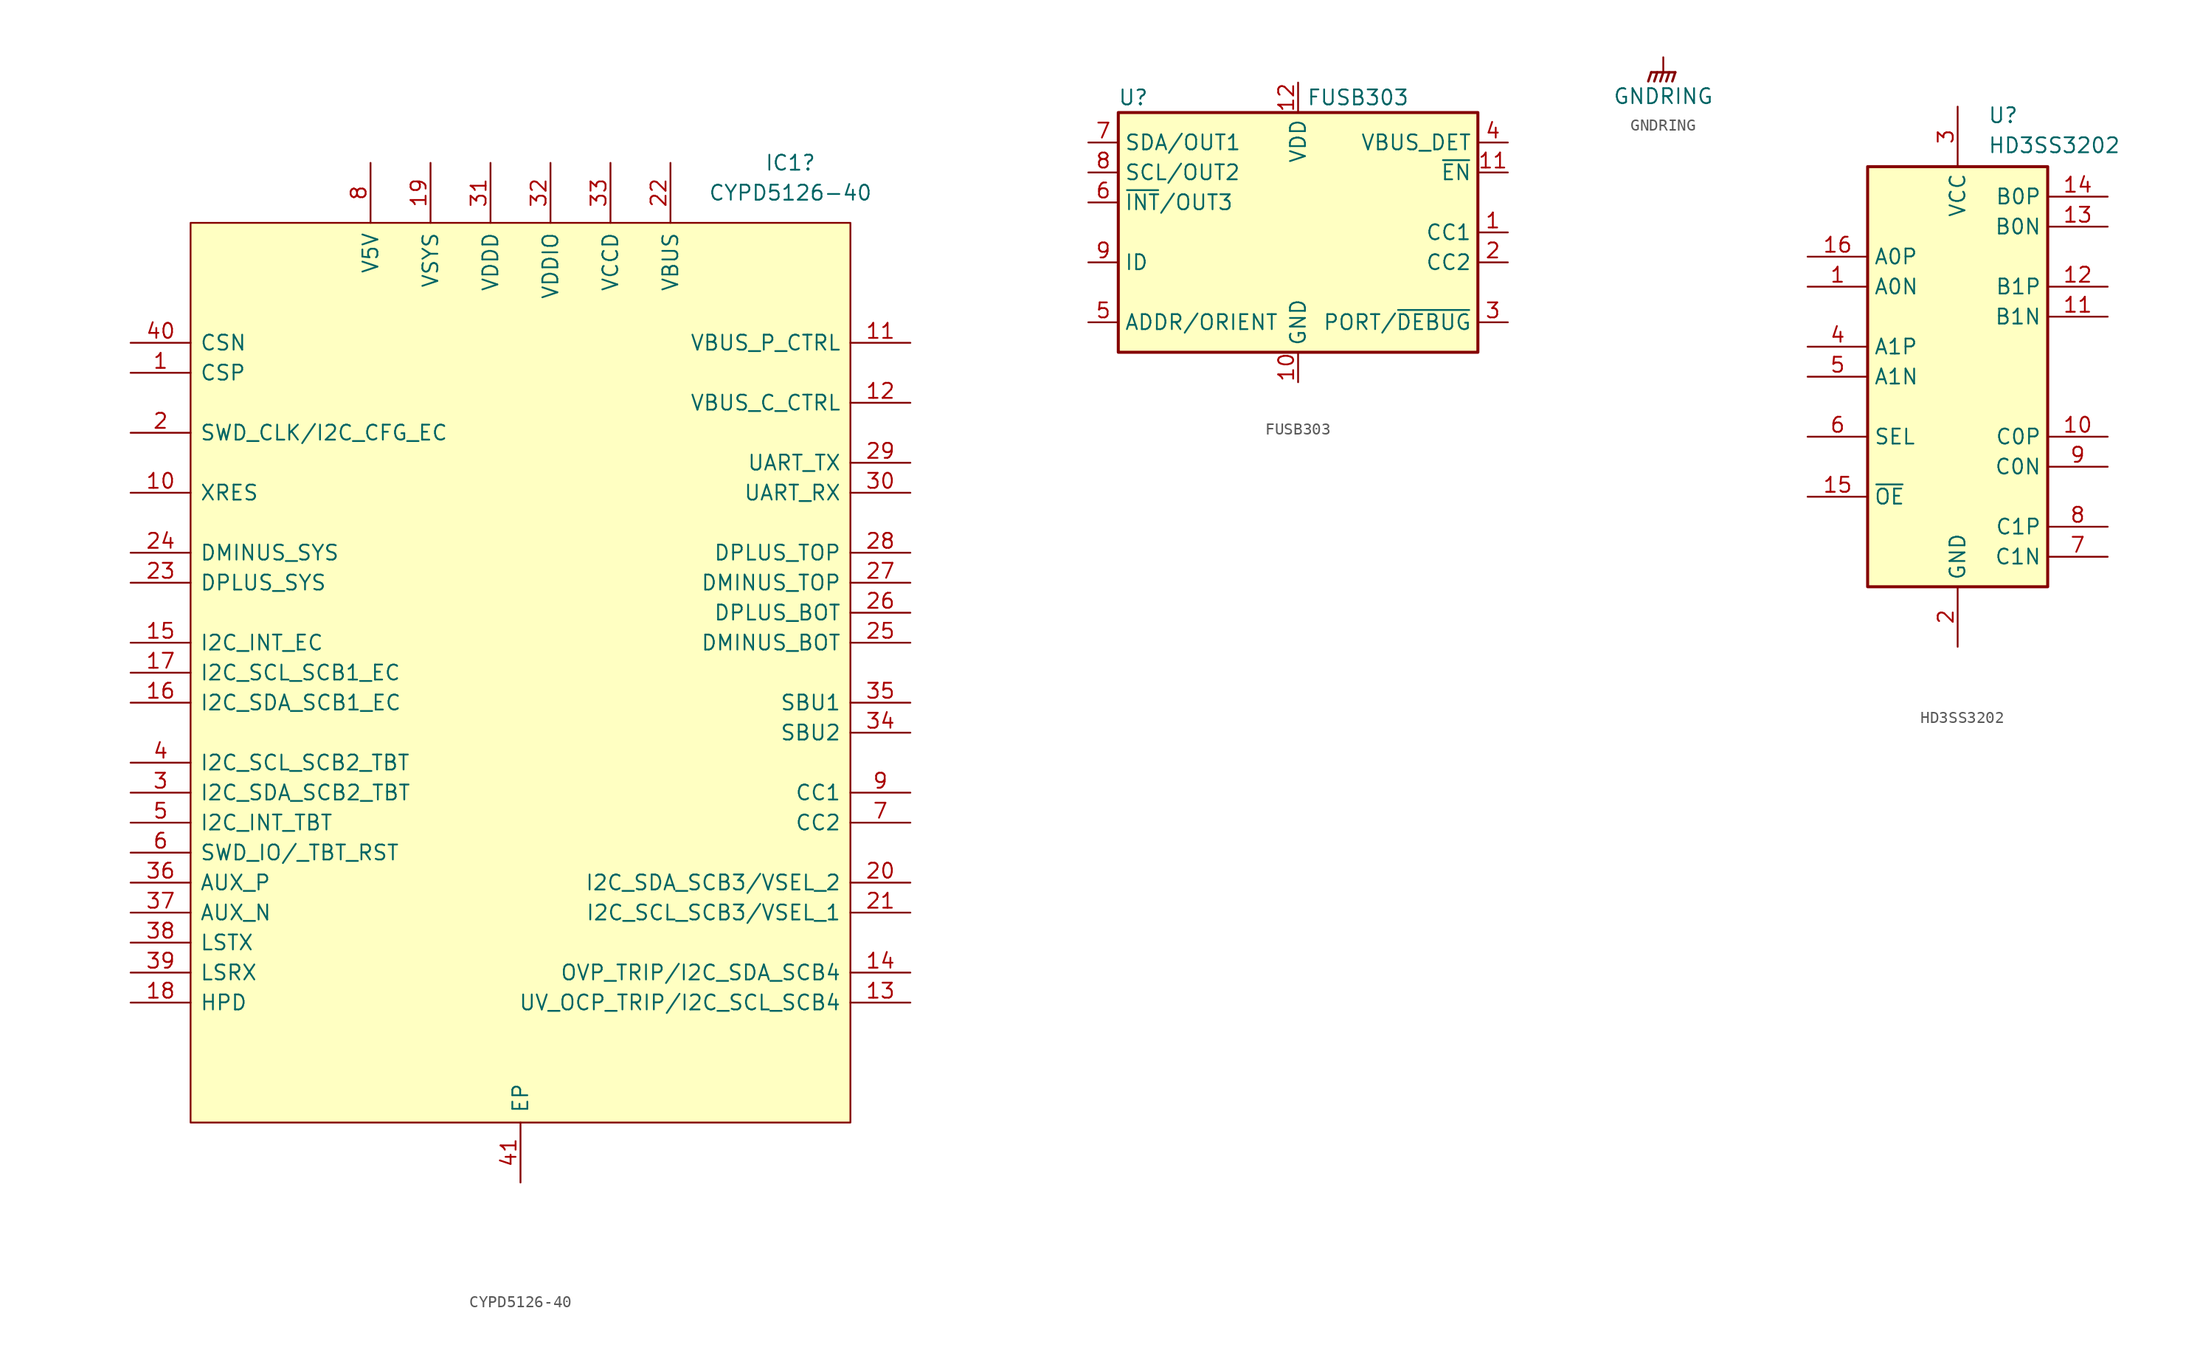
<source format=kicad_sym>
(kicad_symbol_lib
  (version 20220914)
  (generator kicad_symbol_editor)
  (symbol "CYPD5126-40"
    (pin_names
      (offset 0.762))
    (property "Reference" "IC1"
      (at 22.86 43.18 0)
      (effects (font (size 1.27 1.27))))
    (property "Value" "CYPD5126-40"
      (at 22.86 40.64 0)
      (effects (font (size 1.27 1.27))))
    (symbol "CYPD5126-40_0_0"
      (pin passive line (at -33.02 25.4 0) (length 5.08) (name "CSP" (effects (font (size 1.27 1.27)))) (number "1" (effects (font (size 1.27 1.27)))))
      (pin passive line (at -33.02 15.24 0) (length 5.08) (name "XRES" (effects (font (size 1.27 1.27)))) (number "10" (effects (font (size 1.27 1.27)))))
      (pin passive line (at 33.02 27.94 180) (length 5.08) (name "VBUS_P_CTRL" (effects (font (size 1.27 1.27)))) (number "11" (effects (font (size 1.27 1.27)))))
      (pin passive line (at 33.02 22.86 180) (length 5.08) (name "VBUS_C_CTRL" (effects (font (size 1.27 1.27)))) (number "12" (effects (font (size 1.27 1.27)))))
      (pin passive line (at 33.02 -27.94 180) (length 5.08) (name "UV_OCP_TRIP/I2C_SCL_SCB4" (effects (font (size 1.27 1.27)))) (number "13" (effects (font (size 1.27 1.27)))))
      (pin passive line (at 33.02 -25.4 180) (length 5.08) (name "OVP_TRIP/I2C_SDA_SCB4" (effects (font (size 1.27 1.27)))) (number "14" (effects (font (size 1.27 1.27)))))
      (pin passive line (at -33.02 2.54 0) (length 5.08) (name "I2C_INT_EC" (effects (font (size 1.27 1.27)))) (number "15" (effects (font (size 1.27 1.27)))))
      (pin passive line (at -33.02 -2.54 0) (length 5.08) (name "I2C_SDA_SCB1_EC" (effects (font (size 1.27 1.27)))) (number "16" (effects (font (size 1.27 1.27)))))
      (pin passive line (at -33.02 0 0) (length 5.08) (name "I2C_SCL_SCB1_EC" (effects (font (size 1.27 1.27)))) (number "17" (effects (font (size 1.27 1.27)))))
      (pin passive line (at -33.02 -27.94 0) (length 5.08) (name "HPD" (effects (font (size 1.27 1.27)))) (number "18" (effects (font (size 1.27 1.27)))))
      (pin passive line (at -7.62 43.18 270) (length 5.08) (name "VSYS" (effects (font (size 1.27 1.27)))) (number "19" (effects (font (size 1.27 1.27)))))
      (pin passive line (at -33.02 20.32 0) (length 5.08) (name "SWD_CLK/I2C_CFG_EC" (effects (font (size 1.27 1.27)))) (number "2" (effects (font (size 1.27 1.27)))))
      (pin passive line (at 33.02 -17.78 180) (length 5.08) (name "I2C_SDA_SCB3/VSEL_2" (effects (font (size 1.27 1.27)))) (number "20" (effects (font (size 1.27 1.27)))))
      (pin passive line (at 33.02 -20.32 180) (length 5.08) (name "I2C_SCL_SCB3/VSEL_1" (effects (font (size 1.27 1.27)))) (number "21" (effects (font (size 1.27 1.27)))))
      (pin passive line (at 12.7 43.18 270) (length 5.08) (name "VBUS" (effects (font (size 1.27 1.27)))) (number "22" (effects (font (size 1.27 1.27)))))
      (pin passive line (at -33.02 7.62 0) (length 5.08) (name "DPLUS_SYS" (effects (font (size 1.27 1.27)))) (number "23" (effects (font (size 1.27 1.27)))))
      (pin passive line (at -33.02 10.16 0) (length 5.08) (name "DMINUS_SYS" (effects (font (size 1.27 1.27)))) (number "24" (effects (font (size 1.27 1.27)))))
      (pin passive line (at 33.02 2.54 180) (length 5.08) (name "DMINUS_BOT" (effects (font (size 1.27 1.27)))) (number "25" (effects (font (size 1.27 1.27)))))
      (pin passive line (at 33.02 5.08 180) (length 5.08) (name "DPLUS_BOT" (effects (font (size 1.27 1.27)))) (number "26" (effects (font (size 1.27 1.27)))))
      (pin passive line (at 33.02 7.62 180) (length 5.08) (name "DMINUS_TOP" (effects (font (size 1.27 1.27)))) (number "27" (effects (font (size 1.27 1.27)))))
      (pin passive line (at 33.02 10.16 180) (length 5.08) (name "DPLUS_TOP" (effects (font (size 1.27 1.27)))) (number "28" (effects (font (size 1.27 1.27)))))
      (pin passive line (at 33.02 17.78 180) (length 5.08) (name "UART_TX" (effects (font (size 1.27 1.27)))) (number "29" (effects (font (size 1.27 1.27)))))
      (pin passive line (at -33.02 -10.16 0) (length 5.08) (name "I2C_SDA_SCB2_TBT" (effects (font (size 1.27 1.27)))) (number "3" (effects (font (size 1.27 1.27)))))
      (pin passive line (at 33.02 15.24 180) (length 5.08) (name "UART_RX" (effects (font (size 1.27 1.27)))) (number "30" (effects (font (size 1.27 1.27)))))
      (pin passive line (at -2.54 43.18 270) (length 5.08) (name "VDDD" (effects (font (size 1.27 1.27)))) (number "31" (effects (font (size 1.27 1.27)))))
      (pin passive line (at 2.54 43.18 270) (length 5.08) (name "VDDIO" (effects (font (size 1.27 1.27)))) (number "32" (effects (font (size 1.27 1.27)))))
      (pin passive line (at 7.62 43.18 270) (length 5.08) (name "VCCD" (effects (font (size 1.27 1.27)))) (number "33" (effects (font (size 1.27 1.27)))))
      (pin passive line (at 33.02 -5.08 180) (length 5.08) (name "SBU2" (effects (font (size 1.27 1.27)))) (number "34" (effects (font (size 1.27 1.27)))))
      (pin passive line (at 33.02 -2.54 180) (length 5.08) (name "SBU1" (effects (font (size 1.27 1.27)))) (number "35" (effects (font (size 1.27 1.27)))))
      (pin passive line (at -33.02 -17.78 0) (length 5.08) (name "AUX_P" (effects (font (size 1.27 1.27)))) (number "36" (effects (font (size 1.27 1.27)))))
      (pin passive line (at -33.02 -20.32 0) (length 5.08) (name "AUX_N" (effects (font (size 1.27 1.27)))) (number "37" (effects (font (size 1.27 1.27)))))
      (pin passive line (at -33.02 -22.86 0) (length 5.08) (name "LSTX" (effects (font (size 1.27 1.27)))) (number "38" (effects (font (size 1.27 1.27)))))
      (pin passive line (at -33.02 -25.4 0) (length 5.08) (name "LSRX" (effects (font (size 1.27 1.27)))) (number "39" (effects (font (size 1.27 1.27)))))
      (pin passive line (at -33.02 -7.62 0) (length 5.08) (name "I2C_SCL_SCB2_TBT" (effects (font (size 1.27 1.27)))) (number "4" (effects (font (size 1.27 1.27)))))
      (pin passive line (at -33.02 27.94 0) (length 5.08) (name "CSN" (effects (font (size 1.27 1.27)))) (number "40" (effects (font (size 1.27 1.27)))))
      (pin passive line (at 0 -43.18 90) (length 5.08) (name "EP" (effects (font (size 1.27 1.27)))) (number "41" (effects (font (size 1.27 1.27)))))
      (pin passive line (at -33.02 -12.7 0) (length 5.08) (name "I2C_INT_TBT" (effects (font (size 1.27 1.27)))) (number "5" (effects (font (size 1.27 1.27)))))
      (pin passive line (at -33.02 -15.24 0) (length 5.08) (name "SWD_IO/_TBT_RST" (effects (font (size 1.27 1.27)))) (number "6" (effects (font (size 1.27 1.27)))))
      (pin passive line (at 33.02 -12.7 180) (length 5.08) (name "CC2" (effects (font (size 1.27 1.27)))) (number "7" (effects (font (size 1.27 1.27)))))
      (pin passive line (at -12.7 43.18 270) (length 5.08) (name "V5V" (effects (font (size 1.27 1.27)))) (number "8" (effects (font (size 1.27 1.27)))))
      (pin passive line (at 33.02 -10.16 180) (length 5.08) (name "CC1" (effects (font (size 1.27 1.27)))) (number "9" (effects (font (size 1.27 1.27))))))
    (symbol "CYPD5126-40_0_1"
      (rectangle (start -27.94 38.1) (end 27.94 -38.1) (stroke (width 0) (type default)) (fill (type background)))))
  (symbol "FUSB303"
    (property "Reference" "U"
      (at -13.97 11.43 0)
      (effects (font (size 1.27 1.27))))
    (property "Value" "FUSB303"
      (at 5.08 11.43 0)
      (effects (font (size 1.27 1.27))))
    (symbol "FUSB303_1_1"
      (rectangle (start -15.24 10.16) (end 15.24 -10.16) (stroke (width 0.254) (type default)) (fill (type background)))
      (pin bidirectional line (at 17.78 0 180) (length 2.54) (name "CC1" (effects (font (size 1.27 1.27)))) (number "1" (effects (font (size 1.27 1.27)))))
      (pin power_in line (at 0 -12.7 90) (length 2.54) (name "GND" (effects (font (size 1.27 1.27)))) (number "10" (effects (font (size 1.27 1.27)))))
      (pin input line (at 17.78 5.08 180) (length 2.54) (name "~{EN}" (effects (font (size 1.27 1.27)))) (number "11" (effects (font (size 1.27 1.27)))))
      (pin power_in line (at 0 12.7 270) (length 2.54) (name "VDD" (effects (font (size 1.27 1.27)))) (number "12" (effects (font (size 1.27 1.27)))))
      (pin bidirectional line (at 17.78 -2.54 180) (length 2.54) (name "CC2" (effects (font (size 1.27 1.27)))) (number "2" (effects (font (size 1.27 1.27)))))
      (pin bidirectional line (at 17.78 -7.62 180) (length 2.54) (name "PORT/~{DEBUG}" (effects (font (size 1.27 1.27)))) (number "3" (effects (font (size 1.27 1.27)))))
      (pin input line (at 17.78 7.62 180) (length 2.54) (name "VBUS_DET" (effects (font (size 1.27 1.27)))) (number "4" (effects (font (size 1.27 1.27)))))
      (pin bidirectional line (at -17.78 -7.62 0) (length 2.54) (name "ADDR/ORIENT" (effects (font (size 1.27 1.27)))) (number "5" (effects (font (size 1.27 1.27)))))
      (pin open_collector line (at -17.78 2.54 0) (length 2.54) (name "~{INT}/OUT3" (effects (font (size 1.27 1.27)))) (number "6" (effects (font (size 1.27 1.27)))))
      (pin open_collector line (at -17.78 7.62 0) (length 2.54) (name "SDA/OUT1" (effects (font (size 1.27 1.27)))) (number "7" (effects (font (size 1.27 1.27)))))
      (pin open_collector line (at -17.78 5.08 0) (length 2.54) (name "SCL/OUT2" (effects (font (size 1.27 1.27)))) (number "8" (effects (font (size 1.27 1.27)))))
      (pin open_collector line (at -17.78 -2.54 0) (length 2.54) (name "ID" (effects (font (size 1.27 1.27)))) (number "9" (effects (font (size 1.27 1.27)))))))
  (symbol "GNDRING"
    (power)
    (pin_names
      (offset 0))
    (property "Reference" "#PWR"
      (at 0 -5.08 0)
      (effects (font (size 1.27 1.27)) hide))
    (property "Value" "GNDRING"
      (at 0 -3.302 0)
      (effects (font (size 1.27 1.27))))
    (symbol "GNDRING_0_1"
      (polyline (pts (xy 0 -1.27) (xy 0 0)) (stroke (width 0) (type default)) (fill (type none)))
      (polyline (pts (xy -1.016 -1.27) (xy -1.27 -2.032) (xy -1.27 -2.032)) (stroke (width 0.203) (type default)) (fill (type none)))
      (polyline (pts (xy -0.508 -1.27) (xy -0.762 -2.032) (xy -0.762 -2.032)) (stroke (width 0.203) (type default)) (fill (type none)))
      (polyline (pts (xy 0 -1.27) (xy -0.254 -2.032) (xy -0.254 -2.032)) (stroke (width 0.203) (type default)) (fill (type none)))
      (polyline (pts (xy 0.508 -1.27) (xy 0.254 -2.032) (xy 0.254 -2.032)) (stroke (width 0.203) (type default)) (fill (type none)))
      (polyline (pts (xy 1.016 -1.27) (xy -1.016 -1.27) (xy -1.016 -1.27)) (stroke (width 0.203) (type default)) (fill (type none)))
      (polyline (pts (xy 1.016 -1.27) (xy 0.762 -2.032) (xy 0.762 -2.032) (xy 0.762 -2.032)) (stroke (width 0.203) (type default)) (fill (type none))))
    (symbol "GNDRING_1_1"
      (pin power_in line (at 0 0 270) (length 0) hide (name "GNDRING" (effects (font (size 1.27 1.27)))) (number "1" (effects (font (size 1.27 1.27)))))))
  (symbol "HD3SS3202"
    (property "Reference" "U"
      (at 2.54 22.86 0)
      (effects (font (size 1.27 1.27)) (justify left top)))
    (property "Value" "HD3SS3202"
      (at 2.54 20.32 0)
      (effects (font (size 1.27 1.27)) (justify left top)))
    (symbol "HD3SS3202_1_1"
      (rectangle (start -7.62 17.78) (end 7.62 -17.78) (stroke (width 0.254) (type default)) (fill (type background)))
      (pin bidirectional line (at -12.7 7.62 0) (length 5.08) (name "A0N" (effects (font (size 1.27 1.27)))) (number "1" (effects (font (size 1.27 1.27)))))
      (pin bidirectional line (at 12.7 -5.08 180) (length 5.08) (name "C0P" (effects (font (size 1.27 1.27)))) (number "10" (effects (font (size 1.27 1.27)))))
      (pin bidirectional line (at 12.7 5.08 180) (length 5.08) (name "B1N" (effects (font (size 1.27 1.27)))) (number "11" (effects (font (size 1.27 1.27)))))
      (pin bidirectional line (at 12.7 7.62 180) (length 5.08) (name "B1P" (effects (font (size 1.27 1.27)))) (number "12" (effects (font (size 1.27 1.27)))))
      (pin bidirectional line (at 12.7 12.7 180) (length 5.08) (name "B0N" (effects (font (size 1.27 1.27)))) (number "13" (effects (font (size 1.27 1.27)))))
      (pin bidirectional line (at 12.7 15.24 180) (length 5.08) (name "B0P" (effects (font (size 1.27 1.27)))) (number "14" (effects (font (size 1.27 1.27)))))
      (pin input line (at -12.7 -10.16 0) (length 5.08) (name "~{OE}" (effects (font (size 1.27 1.27)))) (number "15" (effects (font (size 1.27 1.27)))))
      (pin bidirectional line (at -12.7 10.16 0) (length 5.08) (name "A0P" (effects (font (size 1.27 1.27)))) (number "16" (effects (font (size 1.27 1.27)))))
      (pin power_in line (at 0 -22.86 90) (length 5.08) (name "GND" (effects (font (size 1.27 1.27)))) (number "2" (effects (font (size 1.27 1.27)))))
      (pin power_in line (at 0 22.86 270) (length 5.08) (name "VCC" (effects (font (size 1.27 1.27)))) (number "3" (effects (font (size 1.27 1.27)))))
      (pin bidirectional line (at -12.7 2.54 0) (length 5.08) (name "A1P" (effects (font (size 1.27 1.27)))) (number "4" (effects (font (size 1.27 1.27)))))
      (pin bidirectional line (at -12.7 0 0) (length 5.08) (name "A1N" (effects (font (size 1.27 1.27)))) (number "5" (effects (font (size 1.27 1.27)))))
      (pin input line (at -12.7 -5.08 0) (length 5.08) (name "SEL" (effects (font (size 1.27 1.27)))) (number "6" (effects (font (size 1.27 1.27)))))
      (pin bidirectional line (at 12.7 -15.24 180) (length 5.08) (name "C1N" (effects (font (size 1.27 1.27)))) (number "7" (effects (font (size 1.27 1.27)))))
      (pin bidirectional line (at 12.7 -12.7 180) (length 5.08) (name "C1P" (effects (font (size 1.27 1.27)))) (number "8" (effects (font (size 1.27 1.27)))))
      (pin bidirectional line (at 12.7 -7.62 180) (length 5.08) (name "C0N" (effects (font (size 1.27 1.27)))) (number "9" (effects (font (size 1.27 1.27))))))))
</source>
